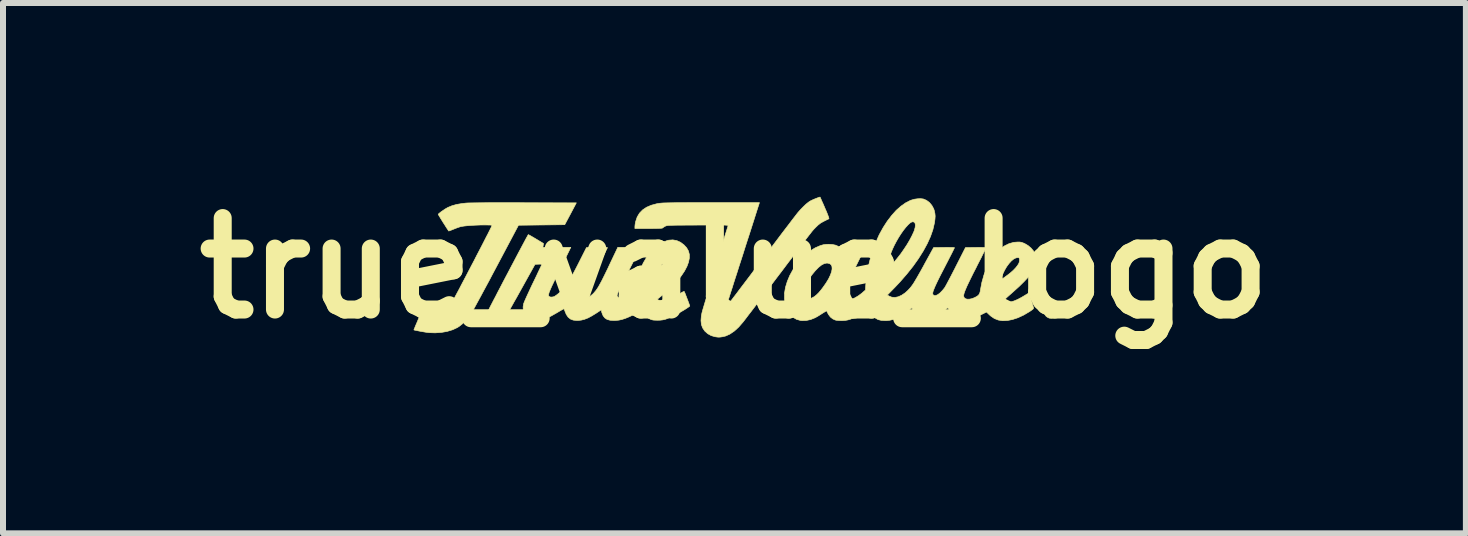
<source format=kicad_pcb>
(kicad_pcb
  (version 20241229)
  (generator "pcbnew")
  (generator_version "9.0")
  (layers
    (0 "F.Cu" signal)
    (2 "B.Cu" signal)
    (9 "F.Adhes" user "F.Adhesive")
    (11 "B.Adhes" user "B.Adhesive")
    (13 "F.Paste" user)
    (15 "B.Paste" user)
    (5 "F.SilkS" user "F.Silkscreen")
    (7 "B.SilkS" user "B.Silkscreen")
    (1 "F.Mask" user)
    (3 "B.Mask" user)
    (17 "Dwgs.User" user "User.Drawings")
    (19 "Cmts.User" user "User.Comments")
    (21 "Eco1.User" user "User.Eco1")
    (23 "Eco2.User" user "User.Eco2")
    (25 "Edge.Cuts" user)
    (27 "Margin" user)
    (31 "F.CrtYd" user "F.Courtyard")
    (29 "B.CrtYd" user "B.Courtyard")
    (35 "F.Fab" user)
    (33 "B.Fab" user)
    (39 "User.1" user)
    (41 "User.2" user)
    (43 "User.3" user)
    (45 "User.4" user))
  (footprint "true_value_logo"
    (layer "F.Cu")
    (at 9.188 1.418)
    (property "Reference" "true_value_logo" (at 0 0 0) (layer "F.SilkS") (effects (font (size 1.524 1.524) (thickness 0.3))))
    (attr through_hole)
    (fp_poly (pts (xy 5.301 0.614) (xy 5.334 0.629) (xy 5.36 0.654) (xy 5.378 0.685) (xy 5.385 0.719) (xy 5.382 0.754) (xy 5.367 0.787) (xy 5.341 0.814) (xy 5.323 0.824) (xy 5.286 0.836) (xy 5.251 0.834) (xy 5.228 0.826) (xy 5.194 0.804) (xy 5.172 0.773) (xy 5.162 0.738) (xy 5.163 0.725) (xy 5.184 0.725) (xy 5.185 0.74) (xy 5.199 0.774) (xy 5.224 0.798) (xy 5.255 0.812) (xy 5.288 0.812) (xy 5.32 0.8) (xy 5.335 0.788) (xy 5.351 0.767) (xy 5.358 0.744) (xy 5.359 0.725) (xy 5.353 0.686) (xy 5.334 0.655) (xy 5.306 0.636) (xy 5.272 0.631) (xy 5.237 0.638) (xy 5.209 0.659) (xy 5.19 0.689) (xy 5.184 0.725) (xy 5.163 0.725) (xy 5.164 0.702) (xy 5.176 0.668) (xy 5.198 0.639) (xy 5.23 0.619) (xy 5.26 0.612) (xy 5.301 0.614)) (stroke (width 0.01) (type solid)) (fill yes) (layer "F.SilkS"))
    (fp_poly (pts (xy 5.268 0.655) (xy 5.293 0.661) (xy 5.311 0.668) (xy 5.315 0.67) (xy 5.325 0.688) (xy 5.322 0.708) (xy 5.31 0.721) (xy 5.3 0.728) (xy 5.299 0.737) (xy 5.306 0.752) (xy 5.311 0.759) (xy 5.32 0.778) (xy 5.32 0.786) (xy 5.315 0.787) (xy 5.304 0.781) (xy 5.29 0.764) (xy 5.289 0.762) (xy 5.275 0.745) (xy 5.263 0.737) (xy 5.262 0.737) (xy 5.252 0.744) (xy 5.249 0.762) (xy 5.247 0.78) (xy 5.241 0.787) (xy 5.241 0.787) (xy 5.237 0.779) (xy 5.234 0.758) (xy 5.232 0.725) (xy 5.232 0.719) (xy 5.232 0.694) (xy 5.249 0.694) (xy 5.253 0.707) (xy 5.268 0.711) (xy 5.275 0.711) (xy 5.293 0.709) (xy 5.3 0.699) (xy 5.3 0.694) (xy 5.296 0.682) (xy 5.281 0.678) (xy 5.275 0.677) (xy 5.256 0.68) (xy 5.25 0.69) (xy 5.249 0.694) (xy 5.232 0.694) (xy 5.232 0.65) (xy 5.268 0.655)) (stroke (width 0.01) (type solid)) (fill yes) (layer "F.SilkS"))
    (fp_poly (pts (xy -3.64 -1.091) (xy -3.5 -1.09) (xy -2.635 -1.088) (xy -2.731 -0.906) (xy -2.828 -0.724) (xy -3.599 -0.715) (xy -3.976 -0.004) (xy -4.031 0.099) (xy -4.084 0.2) (xy -4.136 0.296) (xy -4.185 0.387) (xy -4.23 0.471) (xy -4.272 0.548) (xy -4.309 0.616) (xy -4.34 0.673) (xy -4.366 0.719) (xy -4.385 0.753) (xy -4.397 0.774) (xy -4.399 0.776) (xy -4.439 0.829) (xy -4.485 0.881) (xy -4.535 0.929) (xy -4.584 0.968) (xy -4.616 0.989) (xy -4.695 1.026) (xy -4.786 1.054) (xy -4.884 1.071) (xy -4.987 1.078) (xy -5.084 1.075) (xy -5.112 1.072) (xy -5.148 1.067) (xy -5.188 1.06) (xy -5.23 1.053) (xy -5.27 1.045) (xy -5.304 1.038) (xy -5.329 1.033) (xy -5.341 1.029) (xy -5.341 1.029) (xy -5.339 1.021) (xy -5.33 1) (xy -5.318 0.969) (xy -5.302 0.932) (xy -5.284 0.89) (xy -5.266 0.846) (xy -5.248 0.804) (xy -5.231 0.766) (xy -5.217 0.735) (xy -5.207 0.713) (xy -5.202 0.704) (xy -5.202 0.704) (xy -5.193 0.703) (xy -5.171 0.705) (xy -5.14 0.708) (xy -5.116 0.711) (xy -5.025 0.716) (xy -4.94 0.707) (xy -4.864 0.686) (xy -4.798 0.652) (xy -4.759 0.622) (xy -4.737 0.599) (xy -4.711 0.568) (xy -4.688 0.535) (xy -4.687 0.535) (xy -4.679 0.521) (xy -4.664 0.493) (xy -4.643 0.453) (xy -4.616 0.403) (xy -4.584 0.344) (xy -4.549 0.276) (xy -4.51 0.202) (xy -4.469 0.124) (xy -4.426 0.041) (xy -4.382 -0.043) (xy -4.337 -0.128) (xy -4.294 -0.213) (xy -4.251 -0.295) (xy -4.21 -0.374) (xy -4.172 -0.448) (xy -4.138 -0.515) (xy -4.107 -0.574) (xy -4.082 -0.624) (xy -4.062 -0.664) (xy -4.049 -0.691) (xy -4.042 -0.705) (xy -4.041 -0.711) (xy -4.045 -0.715) (xy -4.056 -0.717) (xy -4.076 -0.719) (xy -4.108 -0.719) (xy -4.153 -0.72) (xy -4.163 -0.72) (xy -4.24 -0.719) (xy -4.316 -0.716) (xy -4.388 -0.712) (xy -4.453 -0.707) (xy -4.508 -0.701) (xy -4.551 -0.694) (xy -4.572 -0.689) (xy -4.602 -0.679) (xy -4.641 -0.665) (xy -4.68 -0.649) (xy -4.689 -0.646) (xy -4.72 -0.633) (xy -4.745 -0.624) (xy -4.759 -0.619) (xy -4.762 -0.619) (xy -4.77 -0.631) (xy -4.785 -0.654) (xy -4.805 -0.684) (xy -4.828 -0.721) (xy -4.853 -0.759) (xy -4.877 -0.798) (xy -4.899 -0.833) (xy -4.917 -0.864) (xy -4.93 -0.885) (xy -4.936 -0.896) (xy -4.936 -0.897) (xy -4.929 -0.906) (xy -4.911 -0.921) (xy -4.886 -0.941) (xy -4.855 -0.962) (xy -4.823 -0.984) (xy -4.792 -1.002) (xy -4.774 -1.012) (xy -4.709 -1.039) (xy -4.632 -1.061) (xy -4.545 -1.076) (xy -4.476 -1.084) (xy -4.446 -1.086) (xy -4.399 -1.087) (xy -4.336 -1.088) (xy -4.257 -1.089) (xy -4.163 -1.09) (xy -4.054 -1.091) (xy -3.93 -1.091) (xy -3.792 -1.091) (xy -3.64 -1.091)) (stroke (width 0.01) (type solid)) (fill yes) (layer "F.SilkS"))
    (fp_poly (pts (xy 1.427 -1.184) (xy 1.43 -1.175) (xy 1.44 -1.154) (xy 1.454 -1.121) (xy 1.473 -1.08) (xy 1.494 -1.032) (xy 1.506 -1.003) (xy 1.535 -0.937) (xy 1.555 -0.886) (xy 1.569 -0.849) (xy 1.574 -0.828) (xy 1.573 -0.822) (xy 1.562 -0.817) (xy 1.539 -0.806) (xy 1.509 -0.791) (xy 1.491 -0.782) (xy 1.438 -0.753) (xy 1.394 -0.719) (xy 1.362 -0.688) (xy 1.351 -0.678) (xy 1.343 -0.669) (xy 1.335 -0.661) (xy 1.327 -0.653) (xy 1.318 -0.643) (xy 1.308 -0.632) (xy 1.297 -0.619) (xy 1.283 -0.602) (xy 1.267 -0.58) (xy 1.246 -0.554) (xy 1.222 -0.523) (xy 1.192 -0.484) (xy 1.158 -0.439) (xy 1.117 -0.385) (xy 1.069 -0.322) (xy 1.014 -0.25) (xy 0.952 -0.167) (xy 0.88 -0.073) (xy 0.8 0.034) (xy 0.732 0.123) (xy 0.658 0.221) (xy 0.586 0.316) (xy 0.516 0.408) (xy 0.45 0.495) (xy 0.388 0.576) (xy 0.332 0.651) (xy 0.281 0.718) (xy 0.236 0.776) (xy 0.199 0.825) (xy 0.17 0.863) (xy 0.15 0.889) (xy 0.142 0.899) (xy 0.07 0.982) (xy -0.002 1.048) (xy -0.074 1.097) (xy -0.145 1.13) (xy -0.199 1.143) (xy -0.234 1.148) (xy -0.26 1.15) (xy -0.287 1.148) (xy -0.32 1.143) (xy -0.323 1.143) (xy -0.388 1.124) (xy -0.446 1.092) (xy -0.495 1.048) (xy -0.531 0.995) (xy -0.551 0.94) (xy -0.558 0.874) (xy -0.552 0.798) (xy -0.543 0.749) (xy -0.539 0.734) (xy -0.531 0.703) (xy -0.518 0.66) (xy -0.502 0.605) (xy -0.482 0.539) (xy -0.46 0.465) (xy -0.436 0.383) (xy -0.41 0.296) (xy -0.383 0.204) (xy -0.354 0.109) (xy -0.325 0.013) (xy -0.297 -0.083) (xy -0.268 -0.178) (xy -0.241 -0.269) (xy -0.214 -0.356) (xy -0.19 -0.437) (xy -0.168 -0.51) (xy -0.148 -0.575) (xy -0.131 -0.628) (xy -0.118 -0.67) (xy -0.109 -0.699) (xy -0.106 -0.71) (xy -0.107 -0.712) (xy -0.115 -0.714) (xy -0.13 -0.715) (xy -0.154 -0.717) (xy -0.187 -0.718) (xy -0.23 -0.718) (xy -0.285 -0.719) (xy -0.353 -0.719) (xy -0.435 -0.719) (xy -0.531 -0.718) (xy -0.612 -0.718) (xy -0.717 -0.717) (xy -0.807 -0.717) (xy -0.883 -0.716) (xy -0.946 -0.716) (xy -0.997 -0.715) (xy -1.038 -0.714) (xy -1.071 -0.713) (xy -1.095 -0.712) (xy -1.114 -0.71) (xy -1.128 -0.708) (xy -1.138 -0.705) (xy -1.147 -0.702) (xy -1.154 -0.698) (xy -1.157 -0.697) (xy -1.179 -0.684) (xy -1.195 -0.672) (xy -1.198 -0.669) (xy -1.208 -0.666) (xy -1.234 -0.664) (xy -1.276 -0.662) (xy -1.332 -0.661) (xy -1.402 -0.66) (xy -1.431 -0.66) (xy -1.659 -0.66) (xy -1.659 -0.692) (xy -1.657 -0.718) (xy -1.652 -0.751) (xy -1.646 -0.778) (xy -1.621 -0.852) (xy -1.583 -0.916) (xy -1.531 -0.97) (xy -1.466 -1.014) (xy -1.387 -1.048) (xy -1.295 -1.073) (xy -1.254 -1.08) (xy -1.237 -1.082) (xy -1.215 -1.084) (xy -1.189 -1.086) (xy -1.156 -1.087) (xy -1.115 -1.088) (xy -1.066 -1.089) (xy -1.008 -1.09) (xy -0.939 -1.091) (xy -0.858 -1.091) (xy -0.765 -1.092) (xy -0.658 -1.092) (xy -0.536 -1.092) (xy -0.399 -1.092) (xy -0.378 -1.092) (xy 0.416 -1.092) (xy 0.41 -1.073) (xy 0.406 -1.06) (xy 0.397 -1.033) (xy 0.384 -0.992) (xy 0.367 -0.939) (xy 0.347 -0.876) (xy 0.324 -0.803) (xy 0.298 -0.722) (xy 0.27 -0.634) (xy 0.24 -0.541) (xy 0.208 -0.443) (xy 0.176 -0.343) (xy 0.144 -0.241) (xy 0.111 -0.139) (xy 0.078 -0.038) (xy 0.047 0.061) (xy 0.016 0.156) (xy -0.013 0.246) (xy -0.039 0.33) (xy -0.064 0.406) (xy -0.085 0.473) (xy -0.104 0.53) (xy -0.118 0.576) (xy -0.129 0.609) (xy -0.135 0.627) (xy -0.136 0.631) (xy -0.14 0.645) (xy -0.137 0.648) (xy -0.137 0.648) (xy -0.13 0.64) (xy -0.115 0.619) (xy -0.09 0.587) (xy -0.058 0.544) (xy -0.018 0.491) (xy 0.03 0.429) (xy 0.083 0.358) (xy 0.142 0.28) (xy 0.206 0.196) (xy 0.274 0.106) (xy 0.345 0.011) (xy 0.42 -0.088) (xy 0.436 -0.11) (xy 0.513 -0.211) (xy 0.587 -0.309) (xy 0.658 -0.403) (xy 0.726 -0.493) (xy 0.789 -0.577) (xy 0.848 -0.654) (xy 0.901 -0.723) (xy 0.947 -0.784) (xy 0.986 -0.835) (xy 1.018 -0.876) (xy 1.04 -0.905) (xy 1.054 -0.922) (xy 1.054 -0.923) (xy 1.1 -0.975) (xy 1.147 -1.023) (xy 1.192 -1.066) (xy 1.233 -1.099) (xy 1.253 -1.113) (xy 1.273 -1.124) (xy 1.3 -1.137) (xy 1.332 -1.151) (xy 1.365 -1.164) (xy 1.394 -1.175) (xy 1.415 -1.182) (xy 1.426 -1.184) (xy 1.427 -1.184)) (stroke (width 0.01) (type solid)) (fill yes) (layer "F.SilkS"))
    (fp_poly (pts (xy -3.426 -0.555) (xy -3.404 -0.543) (xy -3.373 -0.525) (xy -3.335 -0.503) (xy -3.305 -0.485) (xy -3.182 -0.411) (xy -3.187 -0.379) (xy -3.192 -0.347) (xy -2.96 -0.347) (xy -2.727 -0.347) (xy -2.9 0.005) (xy -2.946 0.098) (xy -2.985 0.177) (xy -3.017 0.244) (xy -3.043 0.298) (xy -3.063 0.343) (xy -3.078 0.379) (xy -3.089 0.407) (xy -3.095 0.428) (xy -3.098 0.444) (xy -3.098 0.455) (xy -3.095 0.464) (xy -3.09 0.471) (xy -3.089 0.472) (xy -3.071 0.48) (xy -3.044 0.482) (xy -3.015 0.477) (xy -2.999 0.471) (xy -2.966 0.449) (xy -2.927 0.418) (xy -2.888 0.38) (xy -2.853 0.342) (xy -2.822 0.305) (xy -2.793 0.264) (xy -2.763 0.22) (xy -2.731 0.168) (xy -2.697 0.108) (xy -2.659 0.037) (xy -2.616 -0.046) (xy -2.59 -0.097) (xy -2.466 -0.343) (xy -2.291 -0.345) (xy -2.239 -0.346) (xy -2.193 -0.346) (xy -2.156 -0.345) (xy -2.13 -0.344) (xy -2.117 -0.343) (xy -2.117 -0.342) (xy -2.12 -0.334) (xy -2.131 -0.312) (xy -2.148 -0.278) (xy -2.17 -0.234) (xy -2.196 -0.181) (xy -2.227 -0.121) (xy -2.26 -0.055) (xy -2.281 -0.014) (xy -2.326 0.076) (xy -2.364 0.152) (xy -2.396 0.216) (xy -2.421 0.269) (xy -2.441 0.312) (xy -2.456 0.347) (xy -2.467 0.375) (xy -2.474 0.397) (xy -2.478 0.415) (xy -2.479 0.429) (xy -2.479 0.439) (xy -2.472 0.467) (xy -2.456 0.481) (xy -2.433 0.481) (xy -2.404 0.467) (xy -2.369 0.439) (xy -2.349 0.42) (xy -2.329 0.397) (xy -2.308 0.372) (xy -2.287 0.342) (xy -2.265 0.308) (xy -2.242 0.266) (xy -2.215 0.217) (xy -2.185 0.157) (xy -2.15 0.086) (xy -2.109 0.002) (xy -2.078 -0.065) (xy -1.944 -0.347) (xy -1.755 -0.347) (xy -1.7 -0.347) (xy -1.652 -0.346) (xy -1.613 -0.345) (xy -1.584 -0.343) (xy -1.569 -0.342) (xy -1.568 -0.341) (xy -1.572 -0.332) (xy -1.583 -0.31) (xy -1.601 -0.276) (xy -1.623 -0.231) (xy -1.65 -0.178) (xy -1.681 -0.118) (xy -1.714 -0.052) (xy -1.732 -0.017) (xy -1.781 0.08) (xy -1.823 0.163) (xy -1.859 0.234) (xy -1.887 0.292) (xy -1.91 0.34) (xy -1.928 0.378) (xy -1.941 0.408) (xy -1.949 0.43) (xy -1.954 0.445) (xy -1.956 0.455) (xy -1.956 0.456) (xy -1.948 0.477) (xy -1.927 0.494) (xy -1.897 0.505) (xy -1.872 0.508) (xy -1.83 0.505) (xy -1.791 0.495) (xy -1.749 0.476) (xy -1.718 0.458) (xy -1.664 0.425) (xy -1.653 0.342) (xy -1.633 0.226) (xy -1.619 0.173) (xy -1.32 0.173) (xy -1.314 0.174) (xy -1.303 0.169) (xy -1.289 0.159) (xy -1.267 0.14) (xy -1.239 0.113) (xy -1.208 0.083) (xy -1.202 0.077) (xy -1.152 0.024) (xy -1.111 -0.026) (xy -1.079 -0.071) (xy -1.057 -0.11) (xy -1.045 -0.142) (xy -1.045 -0.167) (xy -1.056 -0.182) (xy -1.077 -0.186) (xy -1.094 -0.183) (xy -1.112 -0.173) (xy -1.135 -0.152) (xy -1.151 -0.136) (xy -1.175 -0.11) (xy -1.196 -0.082) (xy -1.218 -0.047) (xy -1.241 -0.002) (xy -1.256 0.027) (xy -1.276 0.068) (xy -1.294 0.106) (xy -1.307 0.136) (xy -1.315 0.155) (xy -1.317 0.159) (xy -1.32 0.173) (xy -1.619 0.173) (xy -1.603 0.114) (xy -1.565 0.009) (xy -1.518 -0.09) (xy -1.464 -0.181) (xy -1.404 -0.261) (xy -1.338 -0.331) (xy -1.268 -0.388) (xy -1.195 -0.432) (xy -1.12 -0.46) (xy -1.095 -0.466) (xy -1.027 -0.471) (xy -0.961 -0.459) (xy -0.899 -0.431) (xy -0.842 -0.388) (xy -0.797 -0.339) (xy -0.767 -0.286) (xy -0.752 -0.229) (xy -0.752 -0.167) (xy -0.766 -0.099) (xy -0.791 -0.031) (xy -0.831 0.046) (xy -0.885 0.127) (xy -0.951 0.211) (xy -1.027 0.294) (xy -1.112 0.375) (xy -1.195 0.445) (xy -1.289 0.52) (xy -1.256 0.536) (xy -1.215 0.548) (xy -1.17 0.549) (xy -1.119 0.539) (xy -1.061 0.516) (xy -0.996 0.48) (xy -0.928 0.437) (xy -0.895 0.415) (xy -0.867 0.399) (xy -0.847 0.389) (xy -0.838 0.387) (xy -0.838 0.387) (xy -0.834 0.396) (xy -0.824 0.418) (xy -0.812 0.449) (xy -0.798 0.486) (xy -0.783 0.524) (xy -0.769 0.562) (xy -0.757 0.594) (xy -0.749 0.618) (xy -0.745 0.63) (xy -0.745 0.631) (xy -0.752 0.638) (xy -0.771 0.652) (xy -0.799 0.671) (xy -0.835 0.694) (xy -0.874 0.717) (xy -0.914 0.741) (xy -0.953 0.763) (xy -0.988 0.781) (xy -0.991 0.783) (xy -1.054 0.814) (xy -1.106 0.836) (xy -1.152 0.852) (xy -1.195 0.862) (xy -1.238 0.867) (xy -1.283 0.868) (xy -1.324 0.867) (xy -1.353 0.865) (xy -1.376 0.86) (xy -1.399 0.852) (xy -1.417 0.843) (xy -1.448 0.825) (xy -1.484 0.8) (xy -1.516 0.773) (xy -1.518 0.771) (xy -1.57 0.722) (xy -1.689 0.78) (xy -1.76 0.813) (xy -1.821 0.838) (xy -1.875 0.855) (xy -1.925 0.866) (xy -1.975 0.871) (xy -2.01 0.872) (xy -2.073 0.868) (xy -2.123 0.854) (xy -2.161 0.829) (xy -2.189 0.793) (xy -2.209 0.744) (xy -2.211 0.736) (xy -2.221 0.696) (xy -2.303 0.75) (xy -2.376 0.795) (xy -2.439 0.829) (xy -2.498 0.852) (xy -2.553 0.866) (xy -2.609 0.872) (xy -2.628 0.872) (xy -2.686 0.866) (xy -2.733 0.848) (xy -2.772 0.816) (xy -2.803 0.77) (xy -2.824 0.719) (xy -2.833 0.695) (xy -2.84 0.68) (xy -2.843 0.677) (xy -2.852 0.682) (xy -2.873 0.693) (xy -2.903 0.71) (xy -2.94 0.732) (xy -2.962 0.745) (xy -3.008 0.771) (xy -3.054 0.797) (xy -3.097 0.819) (xy -3.132 0.836) (xy -3.14 0.84) (xy -3.171 0.853) (xy -3.196 0.861) (xy -3.221 0.865) (xy -3.252 0.867) (xy -3.294 0.868) (xy -3.335 0.868) (xy -3.363 0.866) (xy -3.384 0.863) (xy -3.401 0.856) (xy -3.42 0.846) (xy -3.425 0.842) (xy -3.469 0.806) (xy -3.5 0.759) (xy -3.518 0.705) (xy -3.522 0.646) (xy -3.514 0.595) (xy -3.508 0.579) (xy -3.496 0.549) (xy -3.478 0.508) (xy -3.455 0.457) (xy -3.428 0.399) (xy -3.399 0.336) (xy -3.367 0.268) (xy -3.36 0.254) (xy -3.328 0.188) (xy -3.298 0.126) (xy -3.272 0.07) (xy -3.249 0.022) (xy -3.231 -0.016) (xy -3.218 -0.043) (xy -3.212 -0.056) (xy -3.211 -0.058) (xy -3.213 -0.063) (xy -3.224 -0.066) (xy -3.249 -0.067) (xy -3.265 -0.066) (xy -3.323 -0.064) (xy -3.582 0.402) (xy -3.627 0.483) (xy -3.671 0.56) (xy -3.711 0.632) (xy -3.747 0.696) (xy -3.779 0.752) (xy -3.806 0.799) (xy -3.827 0.834) (xy -3.841 0.858) (xy -3.848 0.868) (xy -3.849 0.869) (xy -3.858 0.865) (xy -3.879 0.854) (xy -3.909 0.836) (xy -3.947 0.813) (xy -3.979 0.792) (xy -4.019 0.766) (xy -4.054 0.743) (xy -4.08 0.724) (xy -4.096 0.711) (xy -4.1 0.706) (xy -4.095 0.695) (xy -4.084 0.671) (xy -4.066 0.635) (xy -4.042 0.589) (xy -4.013 0.533) (xy -3.979 0.469) (xy -3.943 0.398) (xy -3.903 0.322) (xy -3.861 0.241) (xy -3.818 0.159) (xy -3.773 0.074) (xy -3.729 -0.01) (xy -3.685 -0.093) (xy -3.643 -0.173) (xy -3.603 -0.249) (xy -3.565 -0.32) (xy -3.531 -0.384) (xy -3.501 -0.44) (xy -3.476 -0.487) (xy -3.456 -0.523) (xy -3.442 -0.548) (xy -3.436 -0.558) (xy -3.435 -0.559) (xy -3.426 -0.555)) (stroke (width 0.01) (type solid)) (fill yes) (layer "F.SilkS"))
    (fp_poly (pts (xy 3.143 -1.153) (xy 3.146 -1.153) (xy 3.2 -1.13) (xy 3.249 -1.093) (xy 3.289 -1.045) (xy 3.32 -0.988) (xy 3.331 -0.953) (xy 3.34 -0.91) (xy 3.344 -0.867) (xy 3.341 -0.82) (xy 3.334 -0.764) (xy 3.331 -0.749) (xy 3.306 -0.641) (xy 3.266 -0.527) (xy 3.212 -0.408) (xy 3.145 -0.285) (xy 3.065 -0.158) (xy 2.974 -0.03) (xy 2.871 0.099) (xy 2.758 0.229) (xy 2.678 0.314) (xy 2.547 0.448) (xy 2.575 0.465) (xy 2.622 0.484) (xy 2.674 0.488) (xy 2.729 0.477) (xy 2.786 0.451) (xy 2.845 0.411) (xy 2.887 0.373) (xy 2.908 0.351) (xy 2.928 0.329) (xy 2.947 0.305) (xy 2.967 0.278) (xy 2.989 0.245) (xy 3.013 0.205) (xy 3.041 0.158) (xy 3.074 0.1) (xy 3.113 0.031) (xy 3.158 -0.051) (xy 3.169 -0.072) (xy 3.318 -0.343) (xy 3.492 -0.345) (xy 3.544 -0.346) (xy 3.59 -0.345) (xy 3.627 -0.345) (xy 3.653 -0.343) (xy 3.665 -0.341) (xy 3.666 -0.341) (xy 3.662 -0.332) (xy 3.651 -0.31) (xy 3.635 -0.277) (xy 3.613 -0.233) (xy 3.586 -0.181) (xy 3.557 -0.124) (xy 3.526 -0.064) (xy 3.475 0.035) (xy 3.431 0.12) (xy 3.395 0.192) (xy 3.366 0.252) (xy 3.343 0.302) (xy 3.326 0.343) (xy 3.313 0.375) (xy 3.306 0.4) (xy 3.303 0.419) (xy 3.305 0.433) (xy 3.309 0.443) (xy 3.31 0.444) (xy 3.33 0.457) (xy 3.357 0.455) (xy 3.39 0.44) (xy 3.426 0.412) (xy 3.465 0.372) (xy 3.501 0.328) (xy 3.51 0.313) (xy 3.526 0.285) (xy 3.547 0.246) (xy 3.573 0.197) (xy 3.603 0.14) (xy 3.636 0.076) (xy 3.671 0.008) (xy 3.687 -0.024) (xy 3.849 -0.343) (xy 4.02 -0.345) (xy 4.082 -0.346) (xy 4.131 -0.345) (xy 4.166 -0.344) (xy 4.186 -0.341) (xy 4.191 -0.339) (xy 4.187 -0.33) (xy 4.177 -0.308) (xy 4.16 -0.273) (xy 4.137 -0.229) (xy 4.111 -0.175) (xy 4.08 -0.115) (xy 4.046 -0.049) (xy 4.026 -0.008) (xy 3.976 0.089) (xy 3.935 0.172) (xy 3.901 0.242) (xy 3.873 0.301) (xy 3.852 0.35) (xy 3.836 0.389) (xy 3.826 0.42) (xy 3.82 0.445) (xy 3.818 0.461) (xy 3.825 0.488) (xy 3.845 0.507) (xy 3.875 0.517) (xy 3.913 0.517) (xy 3.957 0.508) (xy 4.001 0.491) (xy 4.04 0.47) (xy 4.066 0.45) (xy 4.082 0.426) (xy 4.093 0.395) (xy 4.098 0.364) (xy 4.122 0.237) (xy 4.137 0.185) (xy 4.441 0.185) (xy 4.447 0.186) (xy 4.462 0.178) (xy 4.487 0.162) (xy 4.489 0.16) (xy 4.521 0.137) (xy 4.56 0.108) (xy 4.597 0.079) (xy 4.603 0.074) (xy 4.647 0.035) (xy 4.686 -0.006) (xy 4.717 -0.045) (xy 4.738 -0.08) (xy 4.741 -0.087) (xy 4.748 -0.116) (xy 4.75 -0.144) (xy 4.745 -0.166) (xy 4.736 -0.175) (xy 4.72 -0.176) (xy 4.696 -0.172) (xy 4.688 -0.17) (xy 4.652 -0.152) (xy 4.613 -0.12) (xy 4.574 -0.077) (xy 4.535 -0.024) (xy 4.5 0.036) (xy 4.47 0.1) (xy 4.467 0.107) (xy 4.451 0.147) (xy 4.442 0.172) (xy 4.441 0.185) (xy 4.137 0.185) (xy 4.155 0.119) (xy 4.196 0.01) (xy 4.245 -0.09) (xy 4.3 -0.179) (xy 4.361 -0.256) (xy 4.428 -0.32) (xy 4.499 -0.371) (xy 4.575 -0.408) (xy 4.653 -0.43) (xy 4.716 -0.435) (xy 4.753 -0.435) (xy 4.782 -0.43) (xy 4.811 -0.42) (xy 4.837 -0.409) (xy 4.891 -0.377) (xy 4.94 -0.336) (xy 4.98 -0.289) (xy 5.008 -0.241) (xy 5.011 -0.233) (xy 5.026 -0.182) (xy 5.03 -0.132) (xy 5.025 -0.08) (xy 5.008 -0.026) (xy 4.98 0.031) (xy 4.941 0.091) (xy 4.889 0.156) (xy 4.823 0.226) (xy 4.745 0.303) (xy 4.652 0.387) (xy 4.623 0.413) (xy 4.583 0.448) (xy 4.548 0.479) (xy 4.52 0.505) (xy 4.501 0.525) (xy 4.492 0.535) (xy 4.492 0.536) (xy 4.499 0.545) (xy 4.517 0.555) (xy 4.527 0.558) (xy 4.553 0.565) (xy 4.578 0.566) (xy 4.61 0.561) (xy 4.66 0.546) (xy 4.719 0.521) (xy 4.783 0.487) (xy 4.845 0.45) (xy 4.874 0.432) (xy 4.897 0.419) (xy 4.911 0.413) (xy 4.914 0.413) (xy 4.917 0.423) (xy 4.924 0.446) (xy 4.933 0.479) (xy 4.944 0.52) (xy 4.948 0.533) (xy 4.96 0.576) (xy 4.97 0.614) (xy 4.978 0.643) (xy 4.983 0.66) (xy 4.983 0.662) (xy 4.982 0.672) (xy 4.971 0.685) (xy 4.948 0.702) (xy 4.918 0.723) (xy 4.818 0.782) (xy 4.723 0.826) (xy 4.632 0.856) (xy 4.55 0.872) (xy 4.469 0.876) (xy 4.397 0.865) (xy 4.33 0.839) (xy 4.269 0.797) (xy 4.245 0.775) (xy 4.199 0.731) (xy 4.084 0.789) (xy 4.021 0.819) (xy 3.969 0.842) (xy 3.925 0.858) (xy 3.886 0.868) (xy 3.849 0.873) (xy 3.813 0.874) (xy 3.749 0.867) (xy 3.693 0.845) (xy 3.645 0.808) (xy 3.606 0.757) (xy 3.585 0.715) (xy 3.572 0.688) (xy 3.562 0.669) (xy 3.556 0.661) (xy 3.556 0.661) (xy 3.548 0.666) (xy 3.53 0.679) (xy 3.503 0.7) (xy 3.47 0.725) (xy 3.454 0.737) (xy 3.414 0.768) (xy 3.371 0.798) (xy 3.332 0.823) (xy 3.3 0.842) (xy 3.296 0.844) (xy 3.261 0.86) (xy 3.233 0.87) (xy 3.205 0.874) (xy 3.177 0.874) (xy 3.116 0.869) (xy 3.067 0.851) (xy 3.027 0.82) (xy 2.996 0.776) (xy 2.973 0.717) (xy 2.969 0.703) (xy 2.958 0.661) (xy 2.883 0.716) (xy 2.811 0.767) (xy 2.749 0.806) (xy 2.693 0.835) (xy 2.64 0.856) (xy 2.589 0.868) (xy 2.536 0.874) (xy 2.51 0.874) (xy 2.445 0.87) (xy 2.392 0.857) (xy 2.348 0.832) (xy 2.31 0.795) (xy 2.274 0.742) (xy 2.272 0.739) (xy 2.259 0.716) (xy 2.25 0.7) (xy 2.247 0.696) (xy 2.24 0.699) (xy 2.22 0.709) (xy 2.192 0.724) (xy 2.158 0.744) (xy 2.154 0.746) (xy 2.07 0.792) (xy 1.993 0.828) (xy 1.925 0.853) (xy 1.889 0.863) (xy 1.846 0.871) (xy 1.795 0.874) (xy 1.744 0.873) (xy 1.699 0.869) (xy 1.678 0.864) (xy 1.637 0.845) (xy 1.598 0.814) (xy 1.567 0.773) (xy 1.557 0.755) (xy 1.546 0.732) (xy 1.538 0.716) (xy 1.536 0.712) (xy 1.528 0.715) (xy 1.509 0.726) (xy 1.482 0.742) (xy 1.454 0.76) (xy 1.418 0.783) (xy 1.384 0.804) (xy 1.355 0.82) (xy 1.342 0.827) (xy 1.27 0.856) (xy 1.196 0.872) (xy 1.125 0.874) (xy 1.098 0.871) (xy 1.034 0.853) (xy 0.977 0.82) (xy 0.928 0.774) (xy 0.888 0.715) (xy 0.858 0.644) (xy 0.839 0.564) (xy 0.833 0.508) (xy 0.834 0.416) (xy 1.152 0.416) (xy 1.154 0.455) (xy 1.164 0.479) (xy 1.187 0.504) (xy 1.217 0.514) (xy 1.254 0.51) (xy 1.291 0.496) (xy 1.33 0.475) (xy 1.366 0.446) (xy 1.404 0.409) (xy 1.445 0.36) (xy 1.474 0.322) (xy 1.526 0.248) (xy 1.568 0.179) (xy 1.598 0.116) (xy 1.618 0.06) (xy 1.627 0.012) (xy 1.624 -0.028) (xy 1.61 -0.057) (xy 1.585 -0.076) (xy 1.549 -0.084) (xy 1.541 -0.085) (xy 1.498 -0.077) (xy 1.451 -0.053) (xy 1.401 -0.013) (xy 1.348 0.041) (xy 1.292 0.109) (xy 1.276 0.131) (xy 1.236 0.193) (xy 1.203 0.254) (xy 1.177 0.314) (xy 1.16 0.368) (xy 1.152 0.416) (xy 0.834 0.416) (xy 0.834 0.415) (xy 0.85 0.319) (xy 0.88 0.221) (xy 0.921 0.123) (xy 0.973 0.028) (xy 1.034 -0.062) (xy 1.103 -0.146) (xy 1.179 -0.221) (xy 1.259 -0.286) (xy 1.344 -0.338) (xy 1.431 -0.376) (xy 1.432 -0.376) (xy 1.48 -0.39) (xy 1.524 -0.396) (xy 1.57 -0.398) (xy 1.632 -0.394) (xy 1.685 -0.383) (xy 1.735 -0.361) (xy 1.767 -0.342) (xy 1.795 -0.325) (xy 1.812 -0.316) (xy 1.822 -0.316) (xy 1.83 -0.322) (xy 1.835 -0.33) (xy 1.84 -0.336) (xy 1.847 -0.34) (xy 1.858 -0.343) (xy 1.877 -0.345) (xy 1.905 -0.346) (xy 1.945 -0.347) (xy 1.999 -0.347) (xy 2.011 -0.347) (xy 2.062 -0.347) (xy 2.106 -0.346) (xy 2.142 -0.345) (xy 2.166 -0.344) (xy 2.176 -0.343) (xy 2.176 -0.343) (xy 2.172 -0.335) (xy 2.162 -0.313) (xy 2.146 -0.279) (xy 2.124 -0.236) (xy 2.099 -0.185) (xy 2.07 -0.127) (xy 2.041 -0.068) (xy 1.988 0.038) (xy 1.942 0.131) (xy 1.904 0.211) (xy 1.873 0.279) (xy 1.849 0.337) (xy 1.831 0.384) (xy 1.82 0.423) (xy 1.814 0.453) (xy 1.814 0.477) (xy 1.819 0.495) (xy 1.829 0.509) (xy 1.844 0.518) (xy 1.863 0.525) (xy 1.863 0.525) (xy 1.904 0.528) (xy 1.952 0.518) (xy 2.006 0.495) (xy 2.064 0.461) (xy 2.124 0.416) (xy 2.136 0.405) (xy 2.182 0.365) (xy 2.188 0.274) (xy 2.196 0.192) (xy 2.209 0.099) (xy 2.226 0.002) (xy 2.227 -0.001) (xy 2.548 -0.001) (xy 2.554 0.000283) (xy 2.568 -0.009) (xy 2.589 -0.029) (xy 2.617 -0.056) (xy 2.648 -0.089) (xy 2.682 -0.127) (xy 2.713 -0.165) (xy 2.769 -0.236) (xy 2.822 -0.312) (xy 2.873 -0.389) (xy 2.918 -0.465) (xy 2.956 -0.537) (xy 2.986 -0.601) (xy 2.998 -0.632) (xy 3.011 -0.681) (xy 3.014 -0.72) (xy 3.008 -0.75) (xy 2.994 -0.767) (xy 2.971 -0.773) (xy 2.953 -0.769) (xy 2.926 -0.753) (xy 2.893 -0.723) (xy 2.856 -0.682) (xy 2.816 -0.632) (xy 2.776 -0.575) (xy 2.736 -0.513) (xy 2.698 -0.447) (xy 2.663 -0.381) (xy 2.633 -0.317) (xy 2.608 -0.255) (xy 2.604 -0.243) (xy 2.594 -0.21) (xy 2.583 -0.169) (xy 2.572 -0.125) (xy 2.562 -0.082) (xy 2.554 -0.044) (xy 2.55 -0.014) (xy 2.548 -0.001) (xy 2.227 -0.001) (xy 2.246 -0.092) (xy 2.265 -0.165) (xy 2.283 -0.224) (xy 2.305 -0.292) (xy 2.331 -0.363) (xy 2.358 -0.433) (xy 2.385 -0.497) (xy 2.409 -0.551) (xy 2.414 -0.561) (xy 2.478 -0.677) (xy 2.547 -0.784) (xy 2.62 -0.879) (xy 2.695 -0.963) (xy 2.773 -1.032) (xy 2.852 -1.088) (xy 2.93 -1.128) (xy 2.951 -1.135) (xy 3 -1.149) (xy 3.052 -1.156) (xy 3.102 -1.158) (xy 3.143 -1.153)) (stroke (width 0.01) (type solid)) (fill yes) (layer "F.SilkS")))
  (gr_rect
    (start -3 -3)
    (end 21.375 5.836)
    (stroke (width 0.1) (type default))
    (fill no)
    (layer "Edge.Cuts")))
</source>
